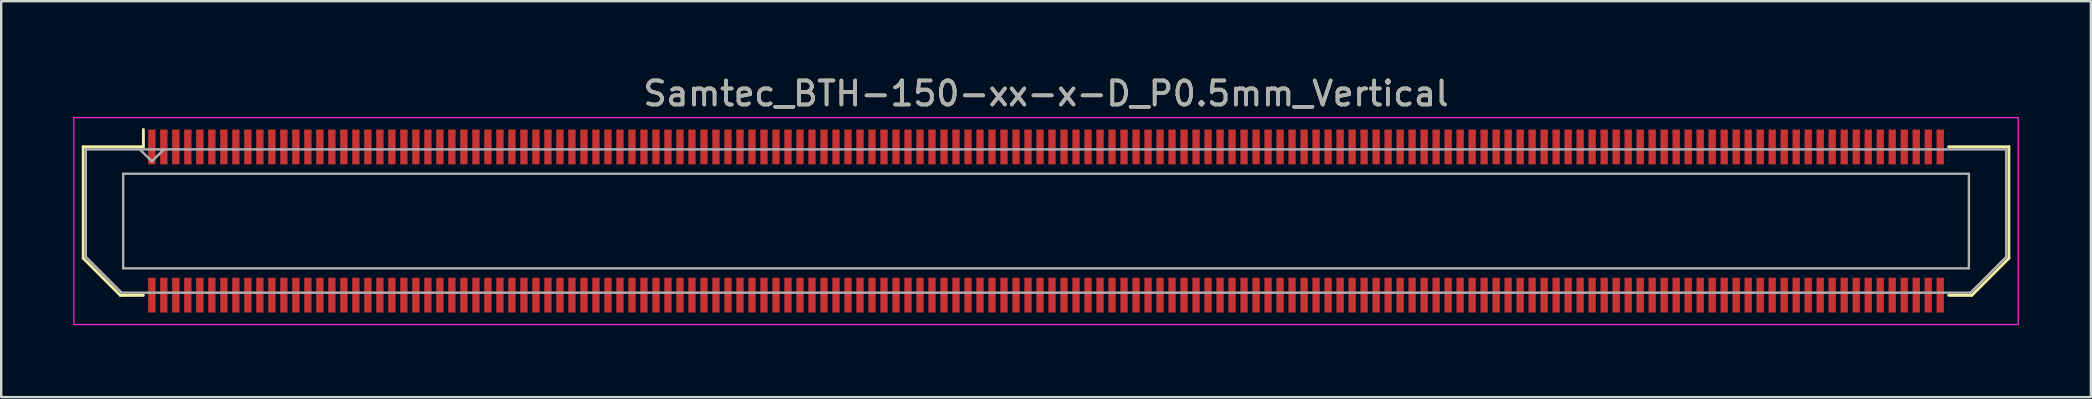
<source format=kicad_pcb>
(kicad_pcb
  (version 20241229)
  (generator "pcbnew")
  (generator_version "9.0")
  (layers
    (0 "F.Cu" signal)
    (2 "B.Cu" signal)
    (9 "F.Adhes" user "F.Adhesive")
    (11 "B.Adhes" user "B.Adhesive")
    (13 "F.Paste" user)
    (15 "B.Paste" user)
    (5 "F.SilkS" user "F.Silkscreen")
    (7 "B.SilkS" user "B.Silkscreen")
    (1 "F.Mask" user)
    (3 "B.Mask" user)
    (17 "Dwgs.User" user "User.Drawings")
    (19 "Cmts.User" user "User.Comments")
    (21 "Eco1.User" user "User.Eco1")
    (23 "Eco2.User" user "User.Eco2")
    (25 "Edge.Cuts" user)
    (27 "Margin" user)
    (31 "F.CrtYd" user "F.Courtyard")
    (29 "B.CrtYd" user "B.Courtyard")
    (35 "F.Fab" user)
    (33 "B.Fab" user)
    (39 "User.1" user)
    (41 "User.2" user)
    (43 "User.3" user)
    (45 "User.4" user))
  (footprint "Samtec_BTH-150-xx-x-D_P0.5mm_Vertical"
    (layer "F.Cu")
    (at 40.525 6.158)
    (property "Reference" "Samtec_BTH-150-xx-x-D_P0.5mm_Vertical" (at 0 -5.31 0) (layer "F.SilkS") (effects (font (size 1 1) (thickness 0.15))))
    (attr smd)
    (fp_line (start -40.11 -3.095) (end -40.11 1.548) (stroke (width 0.12) (type solid)) (layer "F.SilkS"))
    (fp_line (start -40.11 1.548) (end -38.562 3.095) (stroke (width 0.12) (type solid)) (layer "F.SilkS"))
    (fp_line (start -38.562 3.095) (end -37.602 3.095) (stroke (width 0.12) (type solid)) (layer "F.SilkS"))
    (fp_line (start -37.602 -3.811) (end -37.602 -3.095) (stroke (width 0.12) (type solid)) (layer "F.SilkS"))
    (fp_line (start -37.602 -3.095) (end -40.11 -3.095) (stroke (width 0.12) (type solid)) (layer "F.SilkS"))
    (fp_line (start 37.602 -3.095) (end 40.11 -3.095) (stroke (width 0.12) (type solid)) (layer "F.SilkS"))
    (fp_line (start 38.562 3.095) (end 37.602 3.095) (stroke (width 0.12) (type solid)) (layer "F.SilkS"))
    (fp_line (start 40.11 -3.095) (end 40.11 1.548) (stroke (width 0.12) (type solid)) (layer "F.SilkS"))
    (fp_line (start 40.11 1.548) (end 38.562 3.095) (stroke (width 0.12) (type solid)) (layer "F.SilkS"))
    (fp_line (start -40.5 -4.31) (end -40.5 4.31) (stroke (width 0.05) (type solid)) (layer "F.CrtYd"))
    (fp_line (start -40.5 4.31) (end 40.5 4.31) (stroke (width 0.05) (type solid)) (layer "F.CrtYd"))
    (fp_line (start 40.5 -4.31) (end -40.5 -4.31) (stroke (width 0.05) (type solid)) (layer "F.CrtYd"))
    (fp_line (start 40.5 4.31) (end 40.5 -4.31) (stroke (width 0.05) (type solid)) (layer "F.CrtYd"))
    (fp_line (start -40 -2.985) (end -40 1.492) (stroke (width 0.1) (type solid)) (layer "F.Fab"))
    (fp_line (start -40 -2.985) (end 40 -2.985) (stroke (width 0.1) (type solid)) (layer "F.Fab"))
    (fp_line (start -40 1.492) (end -38.508 2.985) (stroke (width 0.1) (type solid)) (layer "F.Fab"))
    (fp_line (start -38.508 2.985) (end 38.508 2.985) (stroke (width 0.1) (type solid)) (layer "F.Fab"))
    (fp_line (start -38.444 -1.97) (end -38.444 1.97) (stroke (width 0.1) (type solid)) (layer "F.Fab"))
    (fp_line (start -38.444 1.97) (end 38.444 1.97) (stroke (width 0.1) (type solid)) (layer "F.Fab"))
    (fp_line (start -37.25 -2.485) (end -37.75 -2.985) (stroke (width 0.1) (type solid)) (layer "F.Fab"))
    (fp_line (start -36.75 -2.985) (end -37.25 -2.485) (stroke (width 0.1) (type solid)) (layer "F.Fab"))
    (fp_line (start 38.444 -1.97) (end -38.444 -1.97) (stroke (width 0.1) (type solid)) (layer "F.Fab"))
    (fp_line (start 38.444 1.97) (end 38.444 -1.97) (stroke (width 0.1) (type solid)) (layer "F.Fab"))
    (fp_line (start 40 -2.985) (end 40 1.492) (stroke (width 0.1) (type solid)) (layer "F.Fab"))
    (fp_line (start 40 1.492) (end 38.508 2.985) (stroke (width 0.1) (type solid)) (layer "F.Fab"))
    (fp_text user "${REFERENCE}" (at 0 -5.31 0) (layer "F.Fab") (effects (font (size 1 1) (thickness 0.15))))
    (pad "1" smd rect (at -37.25 -3.086) (size 0.305 1.45) (layers "F.Cu" "F.Mask" "F.Paste"))
    (pad "2" smd rect (at -37.25 3.086) (size 0.305 1.45) (layers "F.Cu" "F.Mask" "F.Paste"))
    (pad "3" smd rect (at -36.75 -3.086) (size 0.305 1.45) (layers "F.Cu" "F.Mask" "F.Paste"))
    (pad "4" smd rect (at -36.75 3.086) (size 0.305 1.45) (layers "F.Cu" "F.Mask" "F.Paste"))
    (pad "5" smd rect (at -36.25 -3.086) (size 0.305 1.45) (layers "F.Cu" "F.Mask" "F.Paste"))
    (pad "6" smd rect (at -36.25 3.086) (size 0.305 1.45) (layers "F.Cu" "F.Mask" "F.Paste"))
    (pad "7" smd rect (at -35.75 -3.086) (size 0.305 1.45) (layers "F.Cu" "F.Mask" "F.Paste"))
    (pad "8" smd rect (at -35.75 3.086) (size 0.305 1.45) (layers "F.Cu" "F.Mask" "F.Paste"))
    (pad "9" smd rect (at -35.25 -3.086) (size 0.305 1.45) (layers "F.Cu" "F.Mask" "F.Paste"))
    (pad "10" smd rect (at -35.25 3.086) (size 0.305 1.45) (layers "F.Cu" "F.Mask" "F.Paste"))
    (pad "11" smd rect (at -34.75 -3.086) (size 0.305 1.45) (layers "F.Cu" "F.Mask" "F.Paste"))
    (pad "12" smd rect (at -34.75 3.086) (size 0.305 1.45) (layers "F.Cu" "F.Mask" "F.Paste"))
    (pad "13" smd rect (at -34.25 -3.086) (size 0.305 1.45) (layers "F.Cu" "F.Mask" "F.Paste"))
    (pad "14" smd rect (at -34.25 3.086) (size 0.305 1.45) (layers "F.Cu" "F.Mask" "F.Paste"))
    (pad "15" smd rect (at -33.75 -3.086) (size 0.305 1.45) (layers "F.Cu" "F.Mask" "F.Paste"))
    (pad "16" smd rect (at -33.75 3.086) (size 0.305 1.45) (layers "F.Cu" "F.Mask" "F.Paste"))
    (pad "17" smd rect (at -33.25 -3.086) (size 0.305 1.45) (layers "F.Cu" "F.Mask" "F.Paste"))
    (pad "18" smd rect (at -33.25 3.086) (size 0.305 1.45) (layers "F.Cu" "F.Mask" "F.Paste"))
    (pad "19" smd rect (at -32.75 -3.086) (size 0.305 1.45) (layers "F.Cu" "F.Mask" "F.Paste"))
    (pad "20" smd rect (at -32.75 3.086) (size 0.305 1.45) (layers "F.Cu" "F.Mask" "F.Paste"))
    (pad "21" smd rect (at -32.25 -3.086) (size 0.305 1.45) (layers "F.Cu" "F.Mask" "F.Paste"))
    (pad "22" smd rect (at -32.25 3.086) (size 0.305 1.45) (layers "F.Cu" "F.Mask" "F.Paste"))
    (pad "23" smd rect (at -31.75 -3.086) (size 0.305 1.45) (layers "F.Cu" "F.Mask" "F.Paste"))
    (pad "24" smd rect (at -31.75 3.086) (size 0.305 1.45) (layers "F.Cu" "F.Mask" "F.Paste"))
    (pad "25" smd rect (at -31.25 -3.086) (size 0.305 1.45) (layers "F.Cu" "F.Mask" "F.Paste"))
    (pad "26" smd rect (at -31.25 3.086) (size 0.305 1.45) (layers "F.Cu" "F.Mask" "F.Paste"))
    (pad "27" smd rect (at -30.75 -3.086) (size 0.305 1.45) (layers "F.Cu" "F.Mask" "F.Paste"))
    (pad "28" smd rect (at -30.75 3.086) (size 0.305 1.45) (layers "F.Cu" "F.Mask" "F.Paste"))
    (pad "29" smd rect (at -30.25 -3.086) (size 0.305 1.45) (layers "F.Cu" "F.Mask" "F.Paste"))
    (pad "30" smd rect (at -30.25 3.086) (size 0.305 1.45) (layers "F.Cu" "F.Mask" "F.Paste"))
    (pad "31" smd rect (at -29.75 -3.086) (size 0.305 1.45) (layers "F.Cu" "F.Mask" "F.Paste"))
    (pad "32" smd rect (at -29.75 3.086) (size 0.305 1.45) (layers "F.Cu" "F.Mask" "F.Paste"))
    (pad "33" smd rect (at -29.25 -3.086) (size 0.305 1.45) (layers "F.Cu" "F.Mask" "F.Paste"))
    (pad "34" smd rect (at -29.25 3.086) (size 0.305 1.45) (layers "F.Cu" "F.Mask" "F.Paste"))
    (pad "35" smd rect (at -28.75 -3.086) (size 0.305 1.45) (layers "F.Cu" "F.Mask" "F.Paste"))
    (pad "36" smd rect (at -28.75 3.086) (size 0.305 1.45) (layers "F.Cu" "F.Mask" "F.Paste"))
    (pad "37" smd rect (at -28.25 -3.086) (size 0.305 1.45) (layers "F.Cu" "F.Mask" "F.Paste"))
    (pad "38" smd rect (at -28.25 3.086) (size 0.305 1.45) (layers "F.Cu" "F.Mask" "F.Paste"))
    (pad "39" smd rect (at -27.75 -3.086) (size 0.305 1.45) (layers "F.Cu" "F.Mask" "F.Paste"))
    (pad "40" smd rect (at -27.75 3.086) (size 0.305 1.45) (layers "F.Cu" "F.Mask" "F.Paste"))
    (pad "41" smd rect (at -27.25 -3.086) (size 0.305 1.45) (layers "F.Cu" "F.Mask" "F.Paste"))
    (pad "42" smd rect (at -27.25 3.086) (size 0.305 1.45) (layers "F.Cu" "F.Mask" "F.Paste"))
    (pad "43" smd rect (at -26.75 -3.086) (size 0.305 1.45) (layers "F.Cu" "F.Mask" "F.Paste"))
    (pad "44" smd rect (at -26.75 3.086) (size 0.305 1.45) (layers "F.Cu" "F.Mask" "F.Paste"))
    (pad "45" smd rect (at -26.25 -3.086) (size 0.305 1.45) (layers "F.Cu" "F.Mask" "F.Paste"))
    (pad "46" smd rect (at -26.25 3.086) (size 0.305 1.45) (layers "F.Cu" "F.Mask" "F.Paste"))
    (pad "47" smd rect (at -25.75 -3.086) (size 0.305 1.45) (layers "F.Cu" "F.Mask" "F.Paste"))
    (pad "48" smd rect (at -25.75 3.086) (size 0.305 1.45) (layers "F.Cu" "F.Mask" "F.Paste"))
    (pad "49" smd rect (at -25.25 -3.086) (size 0.305 1.45) (layers "F.Cu" "F.Mask" "F.Paste"))
    (pad "50" smd rect (at -25.25 3.086) (size 0.305 1.45) (layers "F.Cu" "F.Mask" "F.Paste"))
    (pad "51" smd rect (at -24.75 -3.086) (size 0.305 1.45) (layers "F.Cu" "F.Mask" "F.Paste"))
    (pad "52" smd rect (at -24.75 3.086) (size 0.305 1.45) (layers "F.Cu" "F.Mask" "F.Paste"))
    (pad "53" smd rect (at -24.25 -3.086) (size 0.305 1.45) (layers "F.Cu" "F.Mask" "F.Paste"))
    (pad "54" smd rect (at -24.25 3.086) (size 0.305 1.45) (layers "F.Cu" "F.Mask" "F.Paste"))
    (pad "55" smd rect (at -23.75 -3.086) (size 0.305 1.45) (layers "F.Cu" "F.Mask" "F.Paste"))
    (pad "56" smd rect (at -23.75 3.086) (size 0.305 1.45) (layers "F.Cu" "F.Mask" "F.Paste"))
    (pad "57" smd rect (at -23.25 -3.086) (size 0.305 1.45) (layers "F.Cu" "F.Mask" "F.Paste"))
    (pad "58" smd rect (at -23.25 3.086) (size 0.305 1.45) (layers "F.Cu" "F.Mask" "F.Paste"))
    (pad "59" smd rect (at -22.75 -3.086) (size 0.305 1.45) (layers "F.Cu" "F.Mask" "F.Paste"))
    (pad "60" smd rect (at -22.75 3.086) (size 0.305 1.45) (layers "F.Cu" "F.Mask" "F.Paste"))
    (pad "61" smd rect (at -22.25 -3.086) (size 0.305 1.45) (layers "F.Cu" "F.Mask" "F.Paste"))
    (pad "62" smd rect (at -22.25 3.086) (size 0.305 1.45) (layers "F.Cu" "F.Mask" "F.Paste"))
    (pad "63" smd rect (at -21.75 -3.086) (size 0.305 1.45) (layers "F.Cu" "F.Mask" "F.Paste"))
    (pad "64" smd rect (at -21.75 3.086) (size 0.305 1.45) (layers "F.Cu" "F.Mask" "F.Paste"))
    (pad "65" smd rect (at -21.25 -3.086) (size 0.305 1.45) (layers "F.Cu" "F.Mask" "F.Paste"))
    (pad "66" smd rect (at -21.25 3.086) (size 0.305 1.45) (layers "F.Cu" "F.Mask" "F.Paste"))
    (pad "67" smd rect (at -20.75 -3.086) (size 0.305 1.45) (layers "F.Cu" "F.Mask" "F.Paste"))
    (pad "68" smd rect (at -20.75 3.086) (size 0.305 1.45) (layers "F.Cu" "F.Mask" "F.Paste"))
    (pad "69" smd rect (at -20.25 -3.086) (size 0.305 1.45) (layers "F.Cu" "F.Mask" "F.Paste"))
    (pad "70" smd rect (at -20.25 3.086) (size 0.305 1.45) (layers "F.Cu" "F.Mask" "F.Paste"))
    (pad "71" smd rect (at -19.75 -3.086) (size 0.305 1.45) (layers "F.Cu" "F.Mask" "F.Paste"))
    (pad "72" smd rect (at -19.75 3.086) (size 0.305 1.45) (layers "F.Cu" "F.Mask" "F.Paste"))
    (pad "73" smd rect (at -19.25 -3.086) (size 0.305 1.45) (layers "F.Cu" "F.Mask" "F.Paste"))
    (pad "74" smd rect (at -19.25 3.086) (size 0.305 1.45) (layers "F.Cu" "F.Mask" "F.Paste"))
    (pad "75" smd rect (at -18.75 -3.086) (size 0.305 1.45) (layers "F.Cu" "F.Mask" "F.Paste"))
    (pad "76" smd rect (at -18.75 3.086) (size 0.305 1.45) (layers "F.Cu" "F.Mask" "F.Paste"))
    (pad "77" smd rect (at -18.25 -3.086) (size 0.305 1.45) (layers "F.Cu" "F.Mask" "F.Paste"))
    (pad "78" smd rect (at -18.25 3.086) (size 0.305 1.45) (layers "F.Cu" "F.Mask" "F.Paste"))
    (pad "79" smd rect (at -17.75 -3.086) (size 0.305 1.45) (layers "F.Cu" "F.Mask" "F.Paste"))
    (pad "80" smd rect (at -17.75 3.086) (size 0.305 1.45) (layers "F.Cu" "F.Mask" "F.Paste"))
    (pad "81" smd rect (at -17.25 -3.086) (size 0.305 1.45) (layers "F.Cu" "F.Mask" "F.Paste"))
    (pad "82" smd rect (at -17.25 3.086) (size 0.305 1.45) (layers "F.Cu" "F.Mask" "F.Paste"))
    (pad "83" smd rect (at -16.75 -3.086) (size 0.305 1.45) (layers "F.Cu" "F.Mask" "F.Paste"))
    (pad "84" smd rect (at -16.75 3.086) (size 0.305 1.45) (layers "F.Cu" "F.Mask" "F.Paste"))
    (pad "85" smd rect (at -16.25 -3.086) (size 0.305 1.45) (layers "F.Cu" "F.Mask" "F.Paste"))
    (pad "86" smd rect (at -16.25 3.086) (size 0.305 1.45) (layers "F.Cu" "F.Mask" "F.Paste"))
    (pad "87" smd rect (at -15.75 -3.086) (size 0.305 1.45) (layers "F.Cu" "F.Mask" "F.Paste"))
    (pad "88" smd rect (at -15.75 3.086) (size 0.305 1.45) (layers "F.Cu" "F.Mask" "F.Paste"))
    (pad "89" smd rect (at -15.25 -3.086) (size 0.305 1.45) (layers "F.Cu" "F.Mask" "F.Paste"))
    (pad "90" smd rect (at -15.25 3.086) (size 0.305 1.45) (layers "F.Cu" "F.Mask" "F.Paste"))
    (pad "91" smd rect (at -14.75 -3.086) (size 0.305 1.45) (layers "F.Cu" "F.Mask" "F.Paste"))
    (pad "92" smd rect (at -14.75 3.086) (size 0.305 1.45) (layers "F.Cu" "F.Mask" "F.Paste"))
    (pad "93" smd rect (at -14.25 -3.086) (size 0.305 1.45) (layers "F.Cu" "F.Mask" "F.Paste"))
    (pad "94" smd rect (at -14.25 3.086) (size 0.305 1.45) (layers "F.Cu" "F.Mask" "F.Paste"))
    (pad "95" smd rect (at -13.75 -3.086) (size 0.305 1.45) (layers "F.Cu" "F.Mask" "F.Paste"))
    (pad "96" smd rect (at -13.75 3.086) (size 0.305 1.45) (layers "F.Cu" "F.Mask" "F.Paste"))
    (pad "97" smd rect (at -13.25 -3.086) (size 0.305 1.45) (layers "F.Cu" "F.Mask" "F.Paste"))
    (pad "98" smd rect (at -13.25 3.086) (size 0.305 1.45) (layers "F.Cu" "F.Mask" "F.Paste"))
    (pad "99" smd rect (at -12.75 -3.086) (size 0.305 1.45) (layers "F.Cu" "F.Mask" "F.Paste"))
    (pad "100" smd rect (at -12.75 3.086) (size 0.305 1.45) (layers "F.Cu" "F.Mask" "F.Paste"))
    (pad "101" smd rect (at -12.25 -3.086) (size 0.305 1.45) (layers "F.Cu" "F.Mask" "F.Paste"))
    (pad "102" smd rect (at -12.25 3.086) (size 0.305 1.45) (layers "F.Cu" "F.Mask" "F.Paste"))
    (pad "103" smd rect (at -11.75 -3.086) (size 0.305 1.45) (layers "F.Cu" "F.Mask" "F.Paste"))
    (pad "104" smd rect (at -11.75 3.086) (size 0.305 1.45) (layers "F.Cu" "F.Mask" "F.Paste"))
    (pad "105" smd rect (at -11.25 -3.086) (size 0.305 1.45) (layers "F.Cu" "F.Mask" "F.Paste"))
    (pad "106" smd rect (at -11.25 3.086) (size 0.305 1.45) (layers "F.Cu" "F.Mask" "F.Paste"))
    (pad "107" smd rect (at -10.75 -3.086) (size 0.305 1.45) (layers "F.Cu" "F.Mask" "F.Paste"))
    (pad "108" smd rect (at -10.75 3.086) (size 0.305 1.45) (layers "F.Cu" "F.Mask" "F.Paste"))
    (pad "109" smd rect (at -10.25 -3.086) (size 0.305 1.45) (layers "F.Cu" "F.Mask" "F.Paste"))
    (pad "110" smd rect (at -10.25 3.086) (size 0.305 1.45) (layers "F.Cu" "F.Mask" "F.Paste"))
    (pad "111" smd rect (at -9.75 -3.086) (size 0.305 1.45) (layers "F.Cu" "F.Mask" "F.Paste"))
    (pad "112" smd rect (at -9.75 3.086) (size 0.305 1.45) (layers "F.Cu" "F.Mask" "F.Paste"))
    (pad "113" smd rect (at -9.25 -3.086) (size 0.305 1.45) (layers "F.Cu" "F.Mask" "F.Paste"))
    (pad "114" smd rect (at -9.25 3.086) (size 0.305 1.45) (layers "F.Cu" "F.Mask" "F.Paste"))
    (pad "115" smd rect (at -8.75 -3.086) (size 0.305 1.45) (layers "F.Cu" "F.Mask" "F.Paste"))
    (pad "116" smd rect (at -8.75 3.086) (size 0.305 1.45) (layers "F.Cu" "F.Mask" "F.Paste"))
    (pad "117" smd rect (at -8.25 -3.086) (size 0.305 1.45) (layers "F.Cu" "F.Mask" "F.Paste"))
    (pad "118" smd rect (at -8.25 3.086) (size 0.305 1.45) (layers "F.Cu" "F.Mask" "F.Paste"))
    (pad "119" smd rect (at -7.75 -3.086) (size 0.305 1.45) (layers "F.Cu" "F.Mask" "F.Paste"))
    (pad "120" smd rect (at -7.75 3.086) (size 0.305 1.45) (layers "F.Cu" "F.Mask" "F.Paste"))
    (pad "121" smd rect (at -7.25 -3.086) (size 0.305 1.45) (layers "F.Cu" "F.Mask" "F.Paste"))
    (pad "122" smd rect (at -7.25 3.086) (size 0.305 1.45) (layers "F.Cu" "F.Mask" "F.Paste"))
    (pad "123" smd rect (at -6.75 -3.086) (size 0.305 1.45) (layers "F.Cu" "F.Mask" "F.Paste"))
    (pad "124" smd rect (at -6.75 3.086) (size 0.305 1.45) (layers "F.Cu" "F.Mask" "F.Paste"))
    (pad "125" smd rect (at -6.25 -3.086) (size 0.305 1.45) (layers "F.Cu" "F.Mask" "F.Paste"))
    (pad "126" smd rect (at -6.25 3.086) (size 0.305 1.45) (layers "F.Cu" "F.Mask" "F.Paste"))
    (pad "127" smd rect (at -5.75 -3.086) (size 0.305 1.45) (layers "F.Cu" "F.Mask" "F.Paste"))
    (pad "128" smd rect (at -5.75 3.086) (size 0.305 1.45) (layers "F.Cu" "F.Mask" "F.Paste"))
    (pad "129" smd rect (at -5.25 -3.086) (size 0.305 1.45) (layers "F.Cu" "F.Mask" "F.Paste"))
    (pad "130" smd rect (at -5.25 3.086) (size 0.305 1.45) (layers "F.Cu" "F.Mask" "F.Paste"))
    (pad "131" smd rect (at -4.75 -3.086) (size 0.305 1.45) (layers "F.Cu" "F.Mask" "F.Paste"))
    (pad "132" smd rect (at -4.75 3.086) (size 0.305 1.45) (layers "F.Cu" "F.Mask" "F.Paste"))
    (pad "133" smd rect (at -4.25 -3.086) (size 0.305 1.45) (layers "F.Cu" "F.Mask" "F.Paste"))
    (pad "134" smd rect (at -4.25 3.086) (size 0.305 1.45) (layers "F.Cu" "F.Mask" "F.Paste"))
    (pad "135" smd rect (at -3.75 -3.086) (size 0.305 1.45) (layers "F.Cu" "F.Mask" "F.Paste"))
    (pad "136" smd rect (at -3.75 3.086) (size 0.305 1.45) (layers "F.Cu" "F.Mask" "F.Paste"))
    (pad "137" smd rect (at -3.25 -3.086) (size 0.305 1.45) (layers "F.Cu" "F.Mask" "F.Paste"))
    (pad "138" smd rect (at -3.25 3.086) (size 0.305 1.45) (layers "F.Cu" "F.Mask" "F.Paste"))
    (pad "139" smd rect (at -2.75 -3.086) (size 0.305 1.45) (layers "F.Cu" "F.Mask" "F.Paste"))
    (pad "140" smd rect (at -2.75 3.086) (size 0.305 1.45) (layers "F.Cu" "F.Mask" "F.Paste"))
    (pad "141" smd rect (at -2.25 -3.086) (size 0.305 1.45) (layers "F.Cu" "F.Mask" "F.Paste"))
    (pad "142" smd rect (at -2.25 3.086) (size 0.305 1.45) (layers "F.Cu" "F.Mask" "F.Paste"))
    (pad "143" smd rect (at -1.75 -3.086) (size 0.305 1.45) (layers "F.Cu" "F.Mask" "F.Paste"))
    (pad "144" smd rect (at -1.75 3.086) (size 0.305 1.45) (layers "F.Cu" "F.Mask" "F.Paste"))
    (pad "145" smd rect (at -1.25 -3.086) (size 0.305 1.45) (layers "F.Cu" "F.Mask" "F.Paste"))
    (pad "146" smd rect (at -1.25 3.086) (size 0.305 1.45) (layers "F.Cu" "F.Mask" "F.Paste"))
    (pad "147" smd rect (at -0.75 -3.086) (size 0.305 1.45) (layers "F.Cu" "F.Mask" "F.Paste"))
    (pad "148" smd rect (at -0.75 3.086) (size 0.305 1.45) (layers "F.Cu" "F.Mask" "F.Paste"))
    (pad "149" smd rect (at -0.25 -3.086) (size 0.305 1.45) (layers "F.Cu" "F.Mask" "F.Paste"))
    (pad "150" smd rect (at -0.25 3.086) (size 0.305 1.45) (layers "F.Cu" "F.Mask" "F.Paste"))
    (pad "151" smd rect (at 0.25 -3.086) (size 0.305 1.45) (layers "F.Cu" "F.Mask" "F.Paste"))
    (pad "152" smd rect (at 0.25 3.086) (size 0.305 1.45) (layers "F.Cu" "F.Mask" "F.Paste"))
    (pad "153" smd rect (at 0.75 -3.086) (size 0.305 1.45) (layers "F.Cu" "F.Mask" "F.Paste"))
    (pad "154" smd rect (at 0.75 3.086) (size 0.305 1.45) (layers "F.Cu" "F.Mask" "F.Paste"))
    (pad "155" smd rect (at 1.25 -3.086) (size 0.305 1.45) (layers "F.Cu" "F.Mask" "F.Paste"))
    (pad "156" smd rect (at 1.25 3.086) (size 0.305 1.45) (layers "F.Cu" "F.Mask" "F.Paste"))
    (pad "157" smd rect (at 1.75 -3.086) (size 0.305 1.45) (layers "F.Cu" "F.Mask" "F.Paste"))
    (pad "158" smd rect (at 1.75 3.086) (size 0.305 1.45) (layers "F.Cu" "F.Mask" "F.Paste"))
    (pad "159" smd rect (at 2.25 -3.086) (size 0.305 1.45) (layers "F.Cu" "F.Mask" "F.Paste"))
    (pad "160" smd rect (at 2.25 3.086) (size 0.305 1.45) (layers "F.Cu" "F.Mask" "F.Paste"))
    (pad "161" smd rect (at 2.75 -3.086) (size 0.305 1.45) (layers "F.Cu" "F.Mask" "F.Paste"))
    (pad "162" smd rect (at 2.75 3.086) (size 0.305 1.45) (layers "F.Cu" "F.Mask" "F.Paste"))
    (pad "163" smd rect (at 3.25 -3.086) (size 0.305 1.45) (layers "F.Cu" "F.Mask" "F.Paste"))
    (pad "164" smd rect (at 3.25 3.086) (size 0.305 1.45) (layers "F.Cu" "F.Mask" "F.Paste"))
    (pad "165" smd rect (at 3.75 -3.086) (size 0.305 1.45) (layers "F.Cu" "F.Mask" "F.Paste"))
    (pad "166" smd rect (at 3.75 3.086) (size 0.305 1.45) (layers "F.Cu" "F.Mask" "F.Paste"))
    (pad "167" smd rect (at 4.25 -3.086) (size 0.305 1.45) (layers "F.Cu" "F.Mask" "F.Paste"))
    (pad "168" smd rect (at 4.25 3.086) (size 0.305 1.45) (layers "F.Cu" "F.Mask" "F.Paste"))
    (pad "169" smd rect (at 4.75 -3.086) (size 0.305 1.45) (layers "F.Cu" "F.Mask" "F.Paste"))
    (pad "170" smd rect (at 4.75 3.086) (size 0.305 1.45) (layers "F.Cu" "F.Mask" "F.Paste"))
    (pad "171" smd rect (at 5.25 -3.086) (size 0.305 1.45) (layers "F.Cu" "F.Mask" "F.Paste"))
    (pad "172" smd rect (at 5.25 3.086) (size 0.305 1.45) (layers "F.Cu" "F.Mask" "F.Paste"))
    (pad "173" smd rect (at 5.75 -3.086) (size 0.305 1.45) (layers "F.Cu" "F.Mask" "F.Paste"))
    (pad "174" smd rect (at 5.75 3.086) (size 0.305 1.45) (layers "F.Cu" "F.Mask" "F.Paste"))
    (pad "175" smd rect (at 6.25 -3.086) (size 0.305 1.45) (layers "F.Cu" "F.Mask" "F.Paste"))
    (pad "176" smd rect (at 6.25 3.086) (size 0.305 1.45) (layers "F.Cu" "F.Mask" "F.Paste"))
    (pad "177" smd rect (at 6.75 -3.086) (size 0.305 1.45) (layers "F.Cu" "F.Mask" "F.Paste"))
    (pad "178" smd rect (at 6.75 3.086) (size 0.305 1.45) (layers "F.Cu" "F.Mask" "F.Paste"))
    (pad "179" smd rect (at 7.25 -3.086) (size 0.305 1.45) (layers "F.Cu" "F.Mask" "F.Paste"))
    (pad "180" smd rect (at 7.25 3.086) (size 0.305 1.45) (layers "F.Cu" "F.Mask" "F.Paste"))
    (pad "181" smd rect (at 7.75 -3.086) (size 0.305 1.45) (layers "F.Cu" "F.Mask" "F.Paste"))
    (pad "182" smd rect (at 7.75 3.086) (size 0.305 1.45) (layers "F.Cu" "F.Mask" "F.Paste"))
    (pad "183" smd rect (at 8.25 -3.086) (size 0.305 1.45) (layers "F.Cu" "F.Mask" "F.Paste"))
    (pad "184" smd rect (at 8.25 3.086) (size 0.305 1.45) (layers "F.Cu" "F.Mask" "F.Paste"))
    (pad "185" smd rect (at 8.75 -3.086) (size 0.305 1.45) (layers "F.Cu" "F.Mask" "F.Paste"))
    (pad "186" smd rect (at 8.75 3.086) (size 0.305 1.45) (layers "F.Cu" "F.Mask" "F.Paste"))
    (pad "187" smd rect (at 9.25 -3.086) (size 0.305 1.45) (layers "F.Cu" "F.Mask" "F.Paste"))
    (pad "188" smd rect (at 9.25 3.086) (size 0.305 1.45) (layers "F.Cu" "F.Mask" "F.Paste"))
    (pad "189" smd rect (at 9.75 -3.086) (size 0.305 1.45) (layers "F.Cu" "F.Mask" "F.Paste"))
    (pad "190" smd rect (at 9.75 3.086) (size 0.305 1.45) (layers "F.Cu" "F.Mask" "F.Paste"))
    (pad "191" smd rect (at 10.25 -3.086) (size 0.305 1.45) (layers "F.Cu" "F.Mask" "F.Paste"))
    (pad "192" smd rect (at 10.25 3.086) (size 0.305 1.45) (layers "F.Cu" "F.Mask" "F.Paste"))
    (pad "193" smd rect (at 10.75 -3.086) (size 0.305 1.45) (layers "F.Cu" "F.Mask" "F.Paste"))
    (pad "194" smd rect (at 10.75 3.086) (size 0.305 1.45) (layers "F.Cu" "F.Mask" "F.Paste"))
    (pad "195" smd rect (at 11.25 -3.086) (size 0.305 1.45) (layers "F.Cu" "F.Mask" "F.Paste"))
    (pad "196" smd rect (at 11.25 3.086) (size 0.305 1.45) (layers "F.Cu" "F.Mask" "F.Paste"))
    (pad "197" smd rect (at 11.75 -3.086) (size 0.305 1.45) (layers "F.Cu" "F.Mask" "F.Paste"))
    (pad "198" smd rect (at 11.75 3.086) (size 0.305 1.45) (layers "F.Cu" "F.Mask" "F.Paste"))
    (pad "199" smd rect (at 12.25 -3.086) (size 0.305 1.45) (layers "F.Cu" "F.Mask" "F.Paste"))
    (pad "200" smd rect (at 12.25 3.086) (size 0.305 1.45) (layers "F.Cu" "F.Mask" "F.Paste"))
    (pad "201" smd rect (at 12.75 -3.086) (size 0.305 1.45) (layers "F.Cu" "F.Mask" "F.Paste"))
    (pad "202" smd rect (at 12.75 3.086) (size 0.305 1.45) (layers "F.Cu" "F.Mask" "F.Paste"))
    (pad "203" smd rect (at 13.25 -3.086) (size 0.305 1.45) (layers "F.Cu" "F.Mask" "F.Paste"))
    (pad "204" smd rect (at 13.25 3.086) (size 0.305 1.45) (layers "F.Cu" "F.Mask" "F.Paste"))
    (pad "205" smd rect (at 13.75 -3.086) (size 0.305 1.45) (layers "F.Cu" "F.Mask" "F.Paste"))
    (pad "206" smd rect (at 13.75 3.086) (size 0.305 1.45) (layers "F.Cu" "F.Mask" "F.Paste"))
    (pad "207" smd rect (at 14.25 -3.086) (size 0.305 1.45) (layers "F.Cu" "F.Mask" "F.Paste"))
    (pad "208" smd rect (at 14.25 3.086) (size 0.305 1.45) (layers "F.Cu" "F.Mask" "F.Paste"))
    (pad "209" smd rect (at 14.75 -3.086) (size 0.305 1.45) (layers "F.Cu" "F.Mask" "F.Paste"))
    (pad "210" smd rect (at 14.75 3.086) (size 0.305 1.45) (layers "F.Cu" "F.Mask" "F.Paste"))
    (pad "211" smd rect (at 15.25 -3.086) (size 0.305 1.45) (layers "F.Cu" "F.Mask" "F.Paste"))
    (pad "212" smd rect (at 15.25 3.086) (size 0.305 1.45) (layers "F.Cu" "F.Mask" "F.Paste"))
    (pad "213" smd rect (at 15.75 -3.086) (size 0.305 1.45) (layers "F.Cu" "F.Mask" "F.Paste"))
    (pad "214" smd rect (at 15.75 3.086) (size 0.305 1.45) (layers "F.Cu" "F.Mask" "F.Paste"))
    (pad "215" smd rect (at 16.25 -3.086) (size 0.305 1.45) (layers "F.Cu" "F.Mask" "F.Paste"))
    (pad "216" smd rect (at 16.25 3.086) (size 0.305 1.45) (layers "F.Cu" "F.Mask" "F.Paste"))
    (pad "217" smd rect (at 16.75 -3.086) (size 0.305 1.45) (layers "F.Cu" "F.Mask" "F.Paste"))
    (pad "218" smd rect (at 16.75 3.086) (size 0.305 1.45) (layers "F.Cu" "F.Mask" "F.Paste"))
    (pad "219" smd rect (at 17.25 -3.086) (size 0.305 1.45) (layers "F.Cu" "F.Mask" "F.Paste"))
    (pad "220" smd rect (at 17.25 3.086) (size 0.305 1.45) (layers "F.Cu" "F.Mask" "F.Paste"))
    (pad "221" smd rect (at 17.75 -3.086) (size 0.305 1.45) (layers "F.Cu" "F.Mask" "F.Paste"))
    (pad "222" smd rect (at 17.75 3.086) (size 0.305 1.45) (layers "F.Cu" "F.Mask" "F.Paste"))
    (pad "223" smd rect (at 18.25 -3.086) (size 0.305 1.45) (layers "F.Cu" "F.Mask" "F.Paste"))
    (pad "224" smd rect (at 18.25 3.086) (size 0.305 1.45) (layers "F.Cu" "F.Mask" "F.Paste"))
    (pad "225" smd rect (at 18.75 -3.086) (size 0.305 1.45) (layers "F.Cu" "F.Mask" "F.Paste"))
    (pad "226" smd rect (at 18.75 3.086) (size 0.305 1.45) (layers "F.Cu" "F.Mask" "F.Paste"))
    (pad "227" smd rect (at 19.25 -3.086) (size 0.305 1.45) (layers "F.Cu" "F.Mask" "F.Paste"))
    (pad "228" smd rect (at 19.25 3.086) (size 0.305 1.45) (layers "F.Cu" "F.Mask" "F.Paste"))
    (pad "229" smd rect (at 19.75 -3.086) (size 0.305 1.45) (layers "F.Cu" "F.Mask" "F.Paste"))
    (pad "230" smd rect (at 19.75 3.086) (size 0.305 1.45) (layers "F.Cu" "F.Mask" "F.Paste"))
    (pad "231" smd rect (at 20.25 -3.086) (size 0.305 1.45) (layers "F.Cu" "F.Mask" "F.Paste"))
    (pad "232" smd rect (at 20.25 3.086) (size 0.305 1.45) (layers "F.Cu" "F.Mask" "F.Paste"))
    (pad "233" smd rect (at 20.75 -3.086) (size 0.305 1.45) (layers "F.Cu" "F.Mask" "F.Paste"))
    (pad "234" smd rect (at 20.75 3.086) (size 0.305 1.45) (layers "F.Cu" "F.Mask" "F.Paste"))
    (pad "235" smd rect (at 21.25 -3.086) (size 0.305 1.45) (layers "F.Cu" "F.Mask" "F.Paste"))
    (pad "236" smd rect (at 21.25 3.086) (size 0.305 1.45) (layers "F.Cu" "F.Mask" "F.Paste"))
    (pad "237" smd rect (at 21.75 -3.086) (size 0.305 1.45) (layers "F.Cu" "F.Mask" "F.Paste"))
    (pad "238" smd rect (at 21.75 3.086) (size 0.305 1.45) (layers "F.Cu" "F.Mask" "F.Paste"))
    (pad "239" smd rect (at 22.25 -3.086) (size 0.305 1.45) (layers "F.Cu" "F.Mask" "F.Paste"))
    (pad "240" smd rect (at 22.25 3.086) (size 0.305 1.45) (layers "F.Cu" "F.Mask" "F.Paste"))
    (pad "241" smd rect (at 22.75 -3.086) (size 0.305 1.45) (layers "F.Cu" "F.Mask" "F.Paste"))
    (pad "242" smd rect (at 22.75 3.086) (size 0.305 1.45) (layers "F.Cu" "F.Mask" "F.Paste"))
    (pad "243" smd rect (at 23.25 -3.086) (size 0.305 1.45) (layers "F.Cu" "F.Mask" "F.Paste"))
    (pad "244" smd rect (at 23.25 3.086) (size 0.305 1.45) (layers "F.Cu" "F.Mask" "F.Paste"))
    (pad "245" smd rect (at 23.75 -3.086) (size 0.305 1.45) (layers "F.Cu" "F.Mask" "F.Paste"))
    (pad "246" smd rect (at 23.75 3.086) (size 0.305 1.45) (layers "F.Cu" "F.Mask" "F.Paste"))
    (pad "247" smd rect (at 24.25 -3.086) (size 0.305 1.45) (layers "F.Cu" "F.Mask" "F.Paste"))
    (pad "248" smd rect (at 24.25 3.086) (size 0.305 1.45) (layers "F.Cu" "F.Mask" "F.Paste"))
    (pad "249" smd rect (at 24.75 -3.086) (size 0.305 1.45) (layers "F.Cu" "F.Mask" "F.Paste"))
    (pad "250" smd rect (at 24.75 3.086) (size 0.305 1.45) (layers "F.Cu" "F.Mask" "F.Paste"))
    (pad "251" smd rect (at 25.25 -3.086) (size 0.305 1.45) (layers "F.Cu" "F.Mask" "F.Paste"))
    (pad "252" smd rect (at 25.25 3.086) (size 0.305 1.45) (layers "F.Cu" "F.Mask" "F.Paste"))
    (pad "253" smd rect (at 25.75 -3.086) (size 0.305 1.45) (layers "F.Cu" "F.Mask" "F.Paste"))
    (pad "254" smd rect (at 25.75 3.086) (size 0.305 1.45) (layers "F.Cu" "F.Mask" "F.Paste"))
    (pad "255" smd rect (at 26.25 -3.086) (size 0.305 1.45) (layers "F.Cu" "F.Mask" "F.Paste"))
    (pad "256" smd rect (at 26.25 3.086) (size 0.305 1.45) (layers "F.Cu" "F.Mask" "F.Paste"))
    (pad "257" smd rect (at 26.75 -3.086) (size 0.305 1.45) (layers "F.Cu" "F.Mask" "F.Paste"))
    (pad "258" smd rect (at 26.75 3.086) (size 0.305 1.45) (layers "F.Cu" "F.Mask" "F.Paste"))
    (pad "259" smd rect (at 27.25 -3.086) (size 0.305 1.45) (layers "F.Cu" "F.Mask" "F.Paste"))
    (pad "260" smd rect (at 27.25 3.086) (size 0.305 1.45) (layers "F.Cu" "F.Mask" "F.Paste"))
    (pad "261" smd rect (at 27.75 -3.086) (size 0.305 1.45) (layers "F.Cu" "F.Mask" "F.Paste"))
    (pad "262" smd rect (at 27.75 3.086) (size 0.305 1.45) (layers "F.Cu" "F.Mask" "F.Paste"))
    (pad "263" smd rect (at 28.25 -3.086) (size 0.305 1.45) (layers "F.Cu" "F.Mask" "F.Paste"))
    (pad "264" smd rect (at 28.25 3.086) (size 0.305 1.45) (layers "F.Cu" "F.Mask" "F.Paste"))
    (pad "265" smd rect (at 28.75 -3.086) (size 0.305 1.45) (layers "F.Cu" "F.Mask" "F.Paste"))
    (pad "266" smd rect (at 28.75 3.086) (size 0.305 1.45) (layers "F.Cu" "F.Mask" "F.Paste"))
    (pad "267" smd rect (at 29.25 -3.086) (size 0.305 1.45) (layers "F.Cu" "F.Mask" "F.Paste"))
    (pad "268" smd rect (at 29.25 3.086) (size 0.305 1.45) (layers "F.Cu" "F.Mask" "F.Paste"))
    (pad "269" smd rect (at 29.75 -3.086) (size 0.305 1.45) (layers "F.Cu" "F.Mask" "F.Paste"))
    (pad "270" smd rect (at 29.75 3.086) (size 0.305 1.45) (layers "F.Cu" "F.Mask" "F.Paste"))
    (pad "271" smd rect (at 30.25 -3.086) (size 0.305 1.45) (layers "F.Cu" "F.Mask" "F.Paste"))
    (pad "272" smd rect (at 30.25 3.086) (size 0.305 1.45) (layers "F.Cu" "F.Mask" "F.Paste"))
    (pad "273" smd rect (at 30.75 -3.086) (size 0.305 1.45) (layers "F.Cu" "F.Mask" "F.Paste"))
    (pad "274" smd rect (at 30.75 3.086) (size 0.305 1.45) (layers "F.Cu" "F.Mask" "F.Paste"))
    (pad "275" smd rect (at 31.25 -3.086) (size 0.305 1.45) (layers "F.Cu" "F.Mask" "F.Paste"))
    (pad "276" smd rect (at 31.25 3.086) (size 0.305 1.45) (layers "F.Cu" "F.Mask" "F.Paste"))
    (pad "277" smd rect (at 31.75 -3.086) (size 0.305 1.45) (layers "F.Cu" "F.Mask" "F.Paste"))
    (pad "278" smd rect (at 31.75 3.086) (size 0.305 1.45) (layers "F.Cu" "F.Mask" "F.Paste"))
    (pad "279" smd rect (at 32.25 -3.086) (size 0.305 1.45) (layers "F.Cu" "F.Mask" "F.Paste"))
    (pad "280" smd rect (at 32.25 3.086) (size 0.305 1.45) (layers "F.Cu" "F.Mask" "F.Paste"))
    (pad "281" smd rect (at 32.75 -3.086) (size 0.305 1.45) (layers "F.Cu" "F.Mask" "F.Paste"))
    (pad "282" smd rect (at 32.75 3.086) (size 0.305 1.45) (layers "F.Cu" "F.Mask" "F.Paste"))
    (pad "283" smd rect (at 33.25 -3.086) (size 0.305 1.45) (layers "F.Cu" "F.Mask" "F.Paste"))
    (pad "284" smd rect (at 33.25 3.086) (size 0.305 1.45) (layers "F.Cu" "F.Mask" "F.Paste"))
    (pad "285" smd rect (at 33.75 -3.086) (size 0.305 1.45) (layers "F.Cu" "F.Mask" "F.Paste"))
    (pad "286" smd rect (at 33.75 3.086) (size 0.305 1.45) (layers "F.Cu" "F.Mask" "F.Paste"))
    (pad "287" smd rect (at 34.25 -3.086) (size 0.305 1.45) (layers "F.Cu" "F.Mask" "F.Paste"))
    (pad "288" smd rect (at 34.25 3.086) (size 0.305 1.45) (layers "F.Cu" "F.Mask" "F.Paste"))
    (pad "289" smd rect (at 34.75 -3.086) (size 0.305 1.45) (layers "F.Cu" "F.Mask" "F.Paste"))
    (pad "290" smd rect (at 34.75 3.086) (size 0.305 1.45) (layers "F.Cu" "F.Mask" "F.Paste"))
    (pad "291" smd rect (at 35.25 -3.086) (size 0.305 1.45) (layers "F.Cu" "F.Mask" "F.Paste"))
    (pad "292" smd rect (at 35.25 3.086) (size 0.305 1.45) (layers "F.Cu" "F.Mask" "F.Paste"))
    (pad "293" smd rect (at 35.75 -3.086) (size 0.305 1.45) (layers "F.Cu" "F.Mask" "F.Paste"))
    (pad "294" smd rect (at 35.75 3.086) (size 0.305 1.45) (layers "F.Cu" "F.Mask" "F.Paste"))
    (pad "295" smd rect (at 36.25 -3.086) (size 0.305 1.45) (layers "F.Cu" "F.Mask" "F.Paste"))
    (pad "296" smd rect (at 36.25 3.086) (size 0.305 1.45) (layers "F.Cu" "F.Mask" "F.Paste"))
    (pad "297" smd rect (at 36.75 -3.086) (size 0.305 1.45) (layers "F.Cu" "F.Mask" "F.Paste"))
    (pad "298" smd rect (at 36.75 3.086) (size 0.305 1.45) (layers "F.Cu" "F.Mask" "F.Paste"))
    (pad "299" smd rect (at 37.25 -3.086) (size 0.305 1.45) (layers "F.Cu" "F.Mask" "F.Paste"))
    (pad "300" smd rect (at 37.25 3.086) (size 0.305 1.45) (layers "F.Cu" "F.Mask" "F.Paste")))
  (gr_rect
    (start -3 -3)
    (end 84.05 13.493)
    (stroke (width 0.1) (type default))
    (fill no)
    (layer "Edge.Cuts")))
</source>
